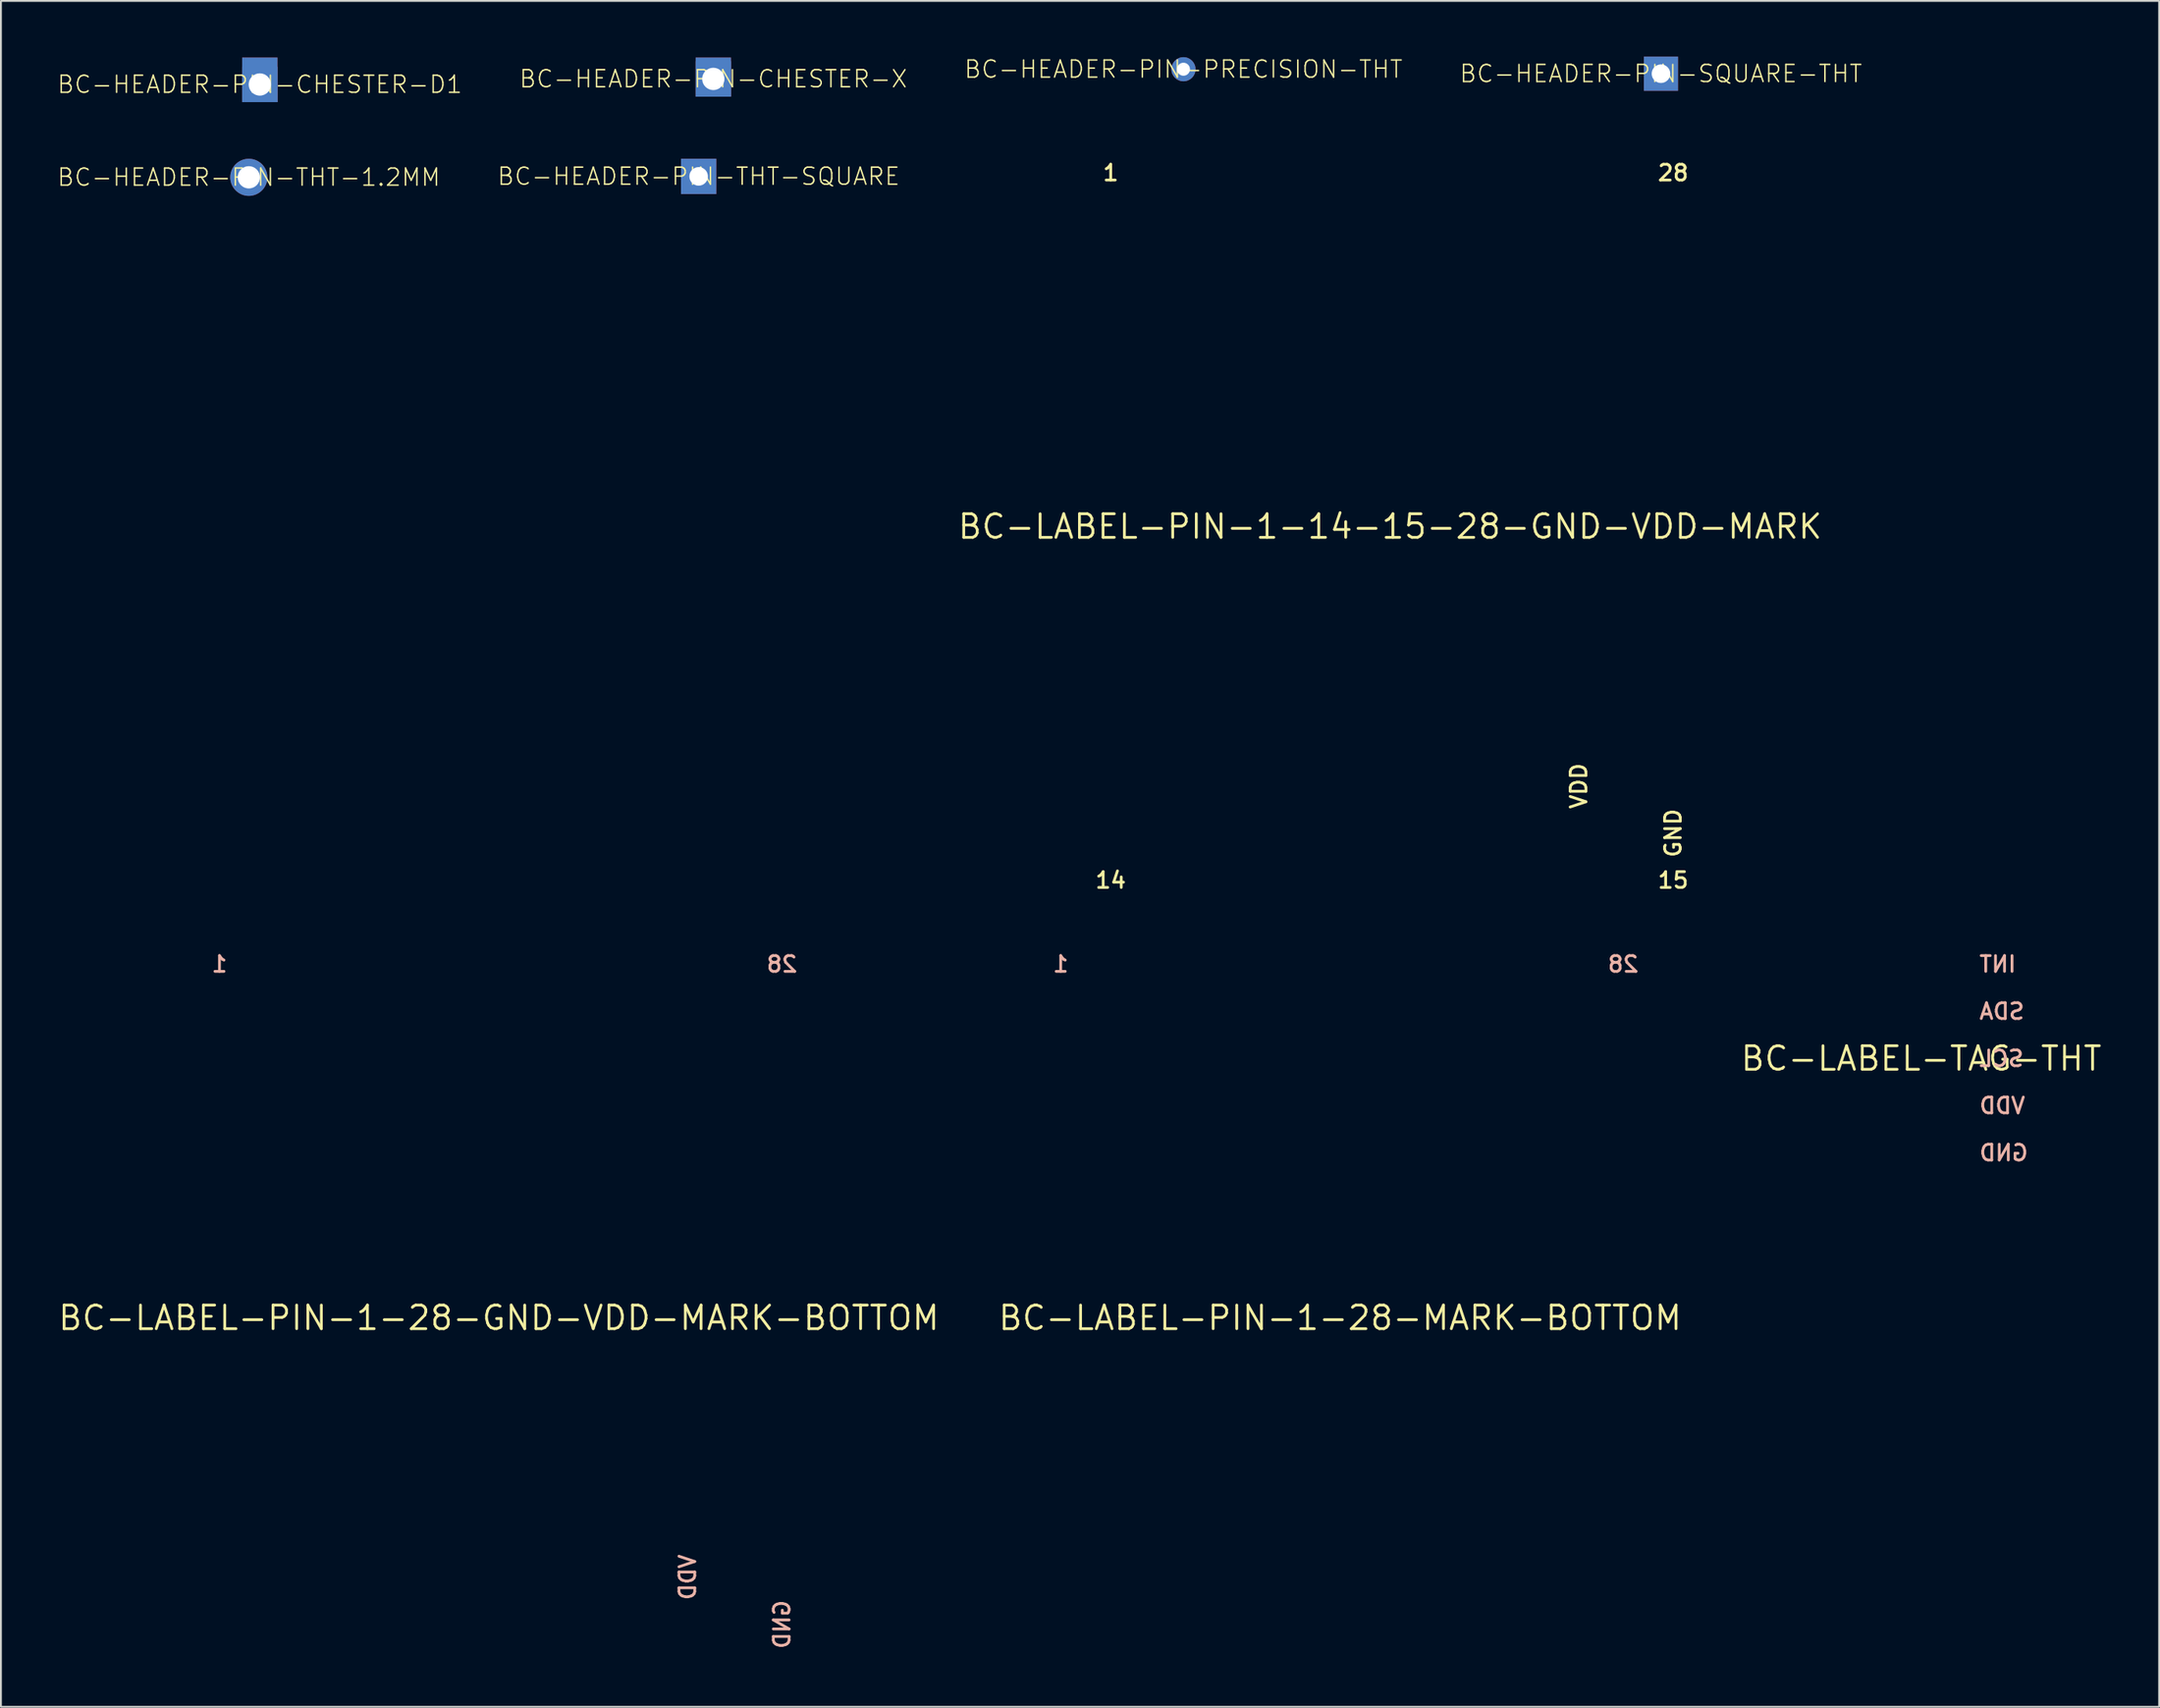
<source format=kicad_pcb>
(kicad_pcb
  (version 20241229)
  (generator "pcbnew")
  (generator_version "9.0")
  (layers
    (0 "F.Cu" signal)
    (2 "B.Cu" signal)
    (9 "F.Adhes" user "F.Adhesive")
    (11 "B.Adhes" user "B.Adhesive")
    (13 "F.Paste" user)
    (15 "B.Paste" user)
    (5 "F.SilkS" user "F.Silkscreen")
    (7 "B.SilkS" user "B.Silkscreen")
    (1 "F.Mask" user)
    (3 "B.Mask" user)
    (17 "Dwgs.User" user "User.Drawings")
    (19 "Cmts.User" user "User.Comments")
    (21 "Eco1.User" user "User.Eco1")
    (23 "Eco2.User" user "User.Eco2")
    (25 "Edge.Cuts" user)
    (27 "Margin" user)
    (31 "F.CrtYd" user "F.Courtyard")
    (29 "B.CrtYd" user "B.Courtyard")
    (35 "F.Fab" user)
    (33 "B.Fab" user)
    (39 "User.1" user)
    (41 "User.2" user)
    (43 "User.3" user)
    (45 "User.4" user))
  (footprint "BC-HEADER-PIN-SQUARE-THT"
    (layer "F.Cu")
    (at 86.366 0.92)
    (property "Reference" "BC-HEADER-PIN-SQUARE-THT" (at 0 0 0) (unlocked yes) (layer "F.SilkS") (effects (font (size 0.92 0.92) (thickness 0.08))))
    (pad "0" thru_hole rect (at 0 0) (size 1.84 1.84) (drill 1) (layers "*.Cu" "*.Mask")))
  (footprint "BC-HEADER-PIN-CHESTER-D1"
    (layer "F.Cu")
    (at 10.937 1.5)
    (property "Reference" "BC-HEADER-PIN-CHESTER-D1" (at 0 0 0) (unlocked yes) (layer "F.SilkS") (effects (font (size 0.92 0.92) (thickness 0.08))))
    (fp_poly (pts (xy 0.95 0.95) (xy -0.95 0.95) (xy -0.95 -1.45) (xy 0.95 -1.45)) (stroke (width 0) (type default)) (fill yes) (layer "F.Cu"))
    (fp_poly (pts (xy -1 1) (xy 1 1) (xy 1 -1.5) (xy -1 -1.5)) (stroke (width 0) (type default)) (fill yes) (layer "F.Mask"))
    (fp_poly (pts (xy 0.95 0.95) (xy -0.95 0.95) (xy -0.95 -1.45) (xy 0.95 -1.45)) (stroke (width 0) (type default)) (fill yes) (layer "B.Cu"))
    (fp_poly (pts (xy -1 1) (xy 1 1) (xy 1 -1.5) (xy -1 -1.5)) (stroke (width 0) (type default)) (fill yes) (layer "B.Mask"))
    (pad "0" thru_hole rect (at 0 0 90) (size 1.9 1.9) (drill 1.2) (layers "*.Cu")))
  (footprint "BC-HEADER-PIN-THT-SQUARE"
    (layer "F.Cu")
    (at 34.561 6.45)
    (property "Reference" "BC-HEADER-PIN-THT-SQUARE" (at 0 0 0) (unlocked yes) (layer "F.SilkS") (effects (font (size 0.92 0.92) (thickness 0.08))))
    (pad "0" thru_hole rect (at 0 0 90) (size 1.9 1.9) (drill 1) (layers "*.Cu" "*.Mask")))
  (footprint "BC-HEADER-PIN-PRECISION-THT"
    (layer "F.Cu")
    (at 60.661 0.679)
    (property "Reference" "BC-HEADER-PIN-PRECISION-THT" (at 0 0 0) (unlocked yes) (layer "F.SilkS") (effects (font (size 0.92 0.92) (thickness 0.08))))
    (pad "0" thru_hole circle (at 0 0) (size 1.3 1.3) (drill 0.7) (layers "*.Cu" "*.Mask")))
  (footprint "BC-LABEL-PIN-1-28-MARK-BOTTOM"
    (layer "F.Cu")
    (at 69.092 67.931)
    (property "Reference" "BC-LABEL-PIN-1-28-MARK-BOTTOM" (at 0 0 0) (unlocked yes) (layer "F.SilkS") (effects (font (size 1.27 1.27) (thickness 0.15))))
    (fp_text user "28" (at 15.24 -19.05 0) (layer "B.SilkS") (effects (font (size 0.85 0.85) (thickness 0.15)) (justify mirror)))
    (fp_text user "1" (at -15.04 -19.05 0) (layer "B.SilkS") (effects (font (size 0.85 0.85) (thickness 0.15)) (justify mirror))))
  (footprint "BC-HEADER-PIN-THT-1.2MM"
    (layer "F.Cu")
    (at 10.345 6.5)
    (property "Reference" "BC-HEADER-PIN-THT-1.2MM" (at 0 0 0) (unlocked yes) (layer "F.SilkS") (effects (font (size 0.92 0.92) (thickness 0.08))))
    (pad "0" thru_hole circle (at 0 0) (size 2 2) (drill 1.2) (layers "*.Cu" "*.Mask")))
  (footprint "BC-HEADER-PIN-CHESTER-X"
    (layer "F.Cu")
    (at 35.35 1.2)
    (property "Reference" "BC-HEADER-PIN-CHESTER-X" (at 0 0 0) (unlocked yes) (layer "F.SilkS") (effects (font (size 0.92 0.92) (thickness 0.08))))
    (fp_poly (pts (xy 0.95 0.95) (xy -0.95 0.95) (xy -0.95 -1.15) (xy 0.95 -1.15)) (stroke (width 0) (type default)) (fill yes) (layer "F.Cu"))
    (fp_poly (pts (xy -1 1) (xy 1 1) (xy 1 -1.2) (xy -1 -1.2)) (stroke (width 0) (type default)) (fill yes) (layer "F.Mask"))
    (fp_poly (pts (xy 0.95 0.95) (xy -0.95 0.95) (xy -0.95 -1.15) (xy 0.95 -1.15)) (stroke (width 0) (type default)) (fill yes) (layer "B.Cu"))
    (fp_poly (pts (xy -1 1) (xy 1 1) (xy 1 -1.2) (xy -1 -1.2)) (stroke (width 0) (type default)) (fill yes) (layer "B.Mask"))
    (pad "0" thru_hole rect (at 0 0 90) (size 1.9 1.9) (drill 1.2) (layers "*.Cu")))
  (footprint "BC-LABEL-TAG-THT"
    (layer "F.Cu")
    (at 100.379 53.962)
    (property "Reference" "BC-LABEL-TAG-THT" (at 0 0 0) (unlocked yes) (layer "F.SilkS") (effects (font (size 1.27 1.27) (thickness 0.15))))
    (fp_text user "GND" (at 3.048 5.08 0) (layer "B.SilkS") (effects (font (size 0.85 0.85) (thickness 0.15)) (justify right mirror)))
    (fp_text user "INT" (at 3.048 -5.08 0) (layer "B.SilkS") (effects (font (size 0.85 0.85) (thickness 0.15)) (justify right mirror)))
    (fp_text user "SCL" (at 3.048 0 0) (layer "B.SilkS") (effects (font (size 0.85 0.85) (thickness 0.15)) (justify right mirror)))
    (fp_text user "VDD" (at 3.048 2.54 0) (layer "B.SilkS") (effects (font (size 0.85 0.85) (thickness 0.15)) (justify right mirror)))
    (fp_text user "SDA" (at 3.048 -2.54 0) (layer "B.SilkS") (effects (font (size 0.85 0.85) (thickness 0.15)) (justify right mirror))))
  (footprint "BC-LABEL-PIN-1-14-15-28-GND-VDD-MARK"
    (layer "F.Cu")
    (at 71.783 25.311)
    (property "Reference" "BC-LABEL-PIN-1-14-15-28-GND-VDD-MARK" (at 0 0 0) (unlocked yes) (layer "F.SilkS") (effects (font (size 1.27 1.27) (thickness 0.15))))
    (fp_text user "14" (at -15.04 19.05 0) (layer "F.SilkS") (effects (font (size 0.85 0.85) (thickness 0.15))))
    (fp_text user "28" (at 15.24 -19.05 0) (layer "F.SilkS") (effects (font (size 0.85 0.85) (thickness 0.15))))
    (fp_text user "1" (at -15.04 -19.05 0) (layer "F.SilkS") (effects (font (size 0.85 0.85) (thickness 0.15))))
    (fp_text user "15" (at 15.24 19.05 0) (layer "F.SilkS") (effects (font (size 0.85 0.85) (thickness 0.15))))
    (fp_text user "VDD" (at 10.16 13.97 90) (layer "F.SilkS") (effects (font (size 0.85 0.85) (thickness 0.15))))
    (fp_text user "GND" (at 15.24 16.51 90) (layer "F.SilkS") (effects (font (size 0.85 0.85) (thickness 0.15)))))
  (footprint "BC-LABEL-PIN-1-28-GND-VDD-MARK-BOTTOM"
    (layer "F.Cu")
    (at 23.805 67.931)
    (property "Reference" "BC-LABEL-PIN-1-28-GND-VDD-MARK-BOTTOM" (at 0 0 0) (unlocked yes) (layer "F.SilkS") (effects (font (size 1.27 1.27) (thickness 0.15))))
    (fp_text user "1" (at -15.04 -19.05 0) (layer "B.SilkS") (effects (font (size 0.85 0.85) (thickness 0.15)) (justify mirror)))
    (fp_text user "28" (at 15.24 -19.05 0) (layer "B.SilkS") (effects (font (size 0.85 0.85) (thickness 0.15)) (justify mirror)))
    (fp_text user "GND" (at 15.24 16.51 270) (layer "B.SilkS") (effects (font (size 0.85 0.85) (thickness 0.15)) (justify mirror)))
    (fp_text user "VDD" (at 10.16 13.97 270) (layer "B.SilkS") (effects (font (size 0.85 0.85) (thickness 0.15)) (justify mirror))))
  (gr_rect
    (start -3 -3)
    (end 113.184 88.877)
    (stroke (width 0.1) (type default))
    (fill no)
    (layer "Edge.Cuts")))
</source>
